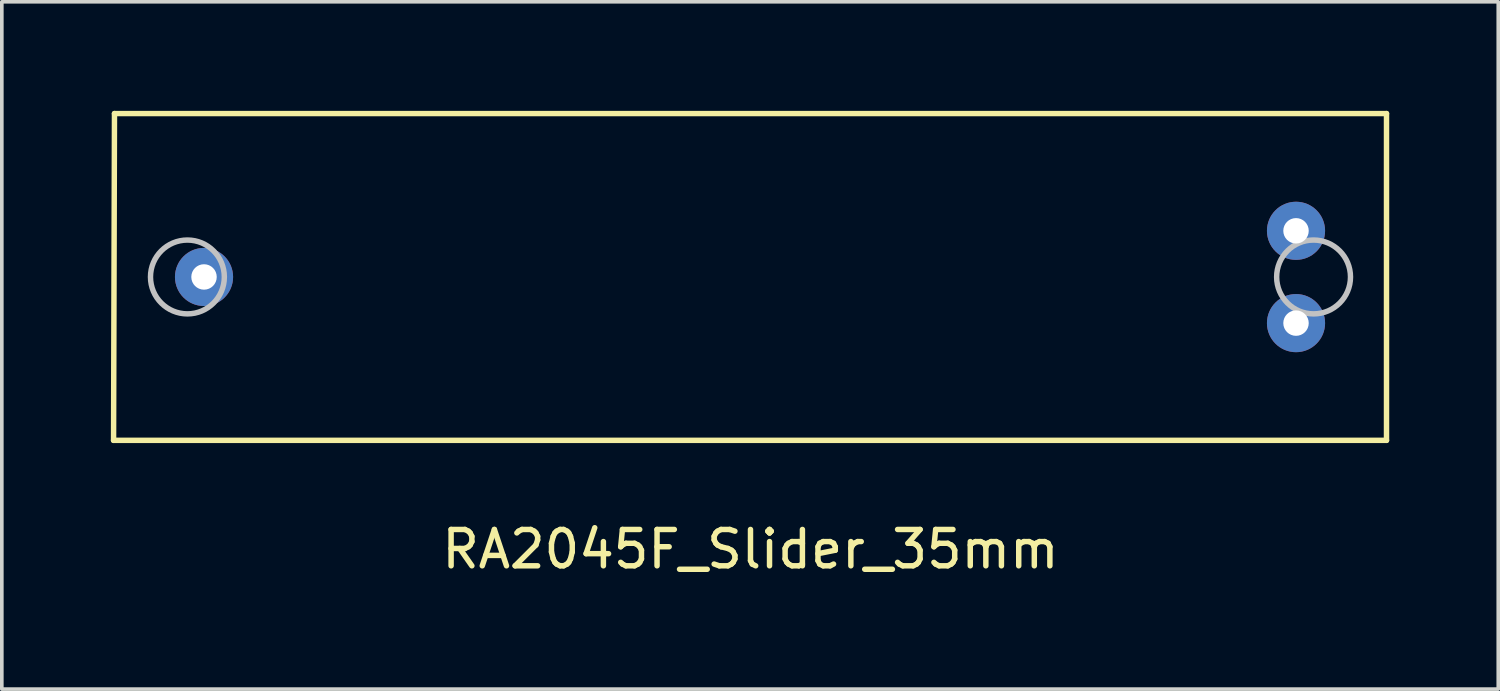
<source format=kicad_pcb>
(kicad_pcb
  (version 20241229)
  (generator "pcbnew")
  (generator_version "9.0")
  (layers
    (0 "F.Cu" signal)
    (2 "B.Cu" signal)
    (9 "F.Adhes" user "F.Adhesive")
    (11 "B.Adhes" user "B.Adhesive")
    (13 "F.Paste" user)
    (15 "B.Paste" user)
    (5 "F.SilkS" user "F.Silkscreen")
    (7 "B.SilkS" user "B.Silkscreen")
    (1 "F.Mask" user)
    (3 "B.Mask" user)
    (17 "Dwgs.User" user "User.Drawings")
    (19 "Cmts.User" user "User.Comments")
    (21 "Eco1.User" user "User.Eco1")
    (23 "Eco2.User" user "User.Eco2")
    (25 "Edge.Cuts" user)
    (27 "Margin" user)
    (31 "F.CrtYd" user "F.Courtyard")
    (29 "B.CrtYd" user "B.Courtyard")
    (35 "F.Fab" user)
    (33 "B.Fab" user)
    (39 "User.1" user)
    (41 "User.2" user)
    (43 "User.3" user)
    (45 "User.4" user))
  (footprint "RA2045F_Slider_35mm"
    (layer "F.Cu")
    (at 17.601 4.571)
    (property "Reference" "RA2045F_Slider_35mm" (at 0 7.493 0) (layer "F.SilkS") (effects (font (size 1 1) (thickness 0.15))))
    (attr through_hole)
    (fp_line (start -17.526 4.496) (end 17.501 4.496) (stroke (width 0.15) (type solid)) (layer "F.SilkS"))
    (fp_line (start -17.501 -4.496) (end -17.526 4.496) (stroke (width 0.15) (type solid)) (layer "F.SilkS"))
    (fp_line (start 17.501 -4.496) (end -17.501 -4.496) (stroke (width 0.15) (type solid)) (layer "F.SilkS"))
    (fp_line (start 17.501 4.496) (end 17.501 -4.496) (stroke (width 0.15) (type solid)) (layer "F.SilkS"))
    (fp_circle (center -15.494 0) (end -15.494 1.016) (stroke (width 0.15) (type solid)) (fill no) (layer "Dwgs.User"))
    (fp_circle (center 15.494 0) (end 15.494 1.016) (stroke (width 0.15) (type solid)) (fill no) (layer "Dwgs.User"))
    (pad "1" thru_hole circle (at 15.011 -1.27) (size 1.6 1.6) (drill 0.7) (layers "*.Cu" "*.Mask"))
    (pad "2" thru_hole circle (at -15.037 0) (size 1.6 1.6) (drill 0.7) (layers "*.Cu" "*.Mask"))
    (pad "3" thru_hole circle (at 15.011 1.27) (size 1.6 1.6) (drill 0.7) (layers "*.Cu" "*.Mask")))
  (gr_rect
    (start -3 -3)
    (end 38.177 15.912)
    (stroke (width 0.1) (type default))
    (fill no)
    (layer "Edge.Cuts")))
</source>
